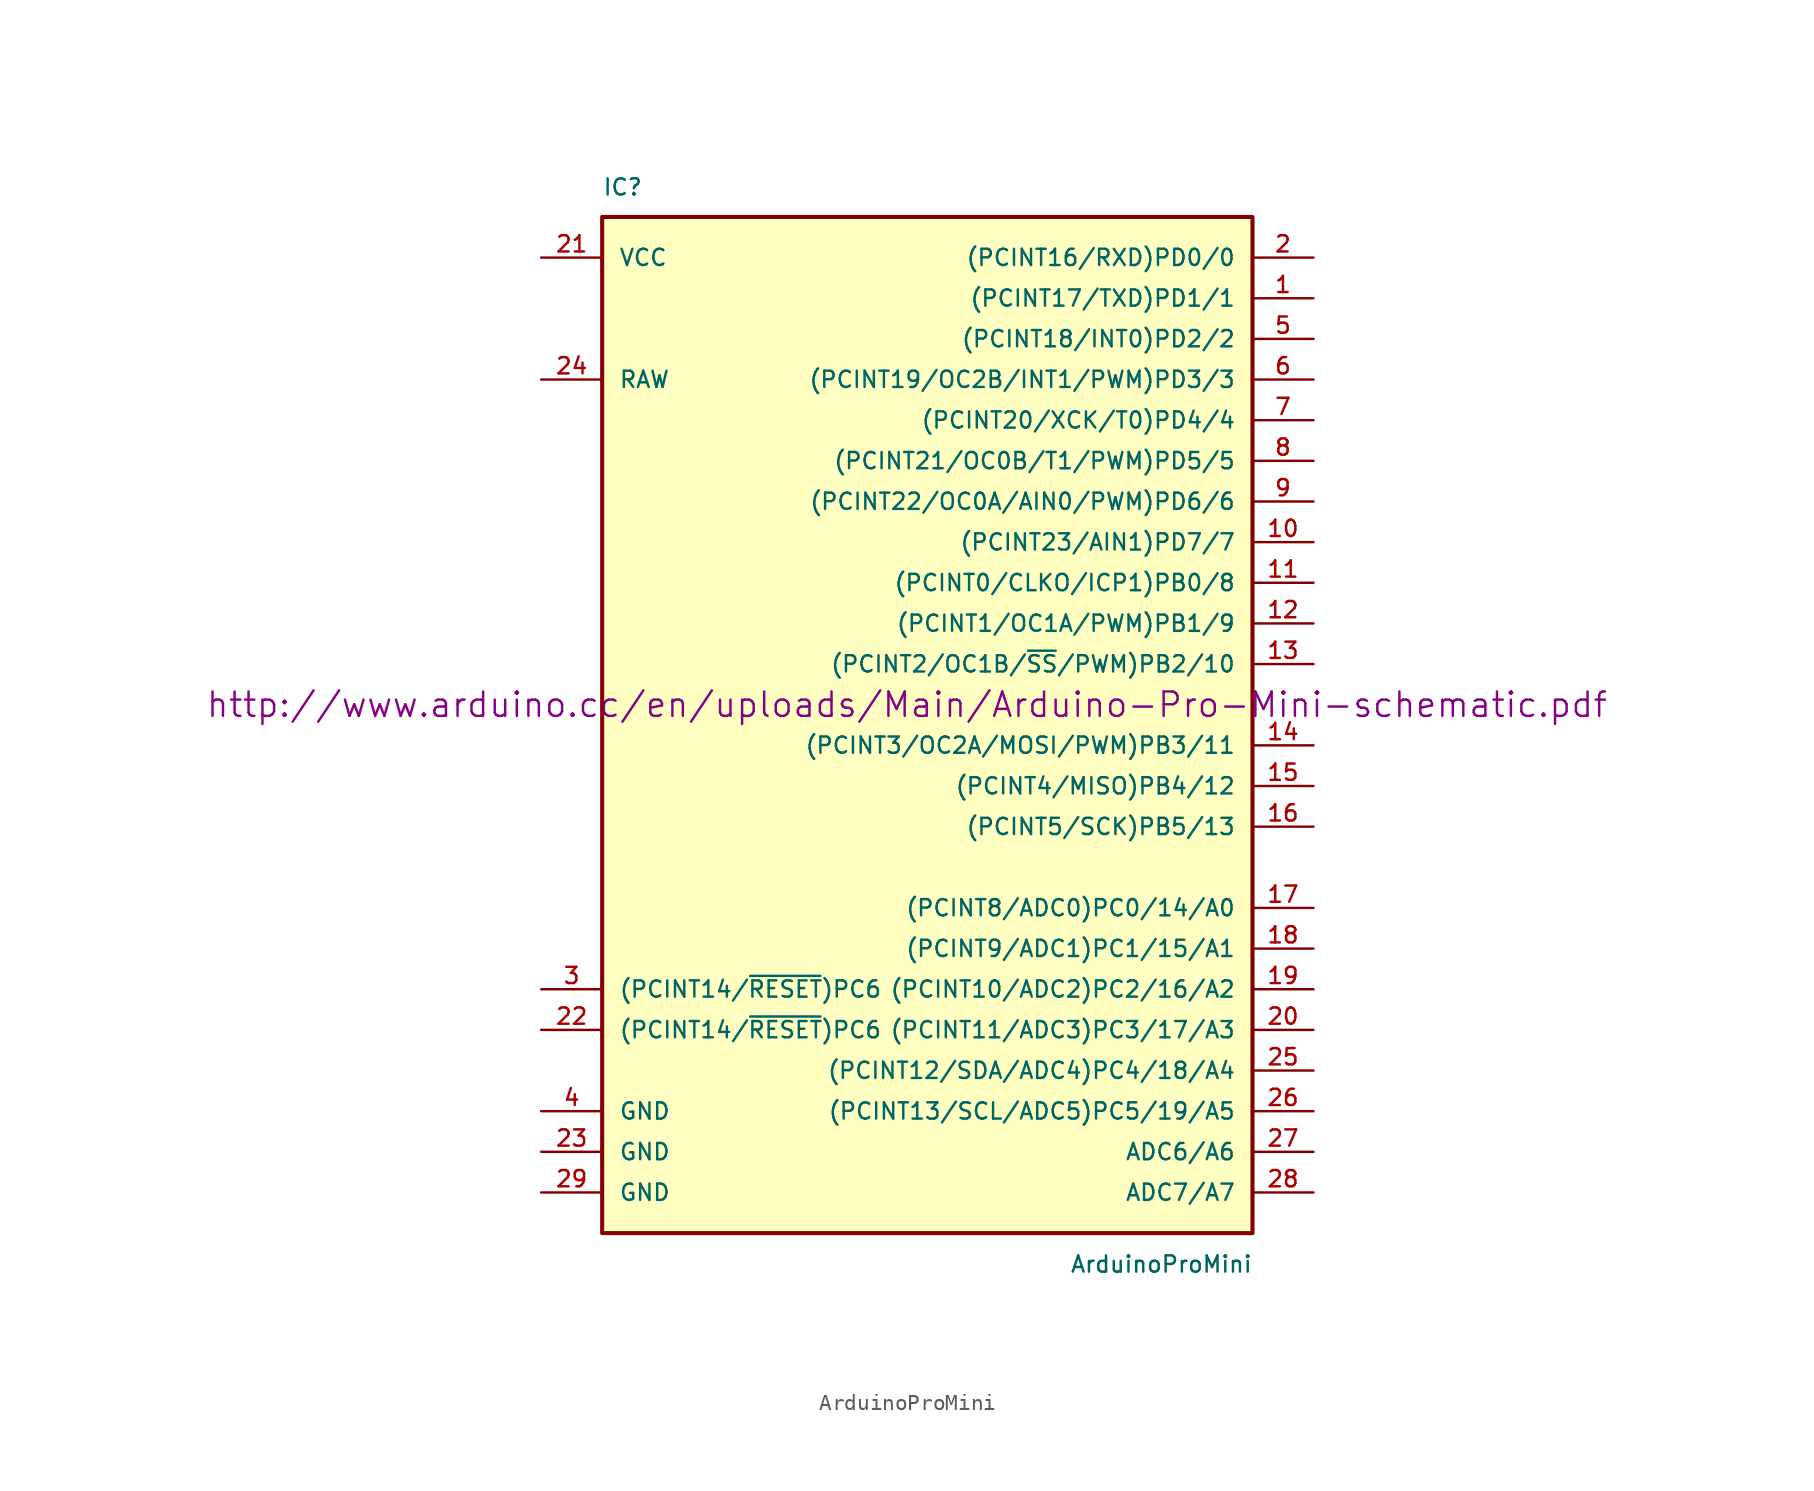
<source format=kicad_sym>
(kicad_symbol_lib
  (version 20211014)
  (generator kicad_symbol_editor)
  (symbol "ArduinoProMini"
    (pin_names
      (offset 1.016))
    (property "Reference" "IC"
      (at -19.05 31.75 0)
      (effects (font (size 1.016 1.016)) (justify left bottom)))
    (property "Value" "ArduinoProMini"
      (at 10.16 -35.56 0)
      (effects (font (size 1.016 1.016)) (justify left bottom)))
    (property "Datasheet" "http://www.arduino.cc/en/uploads/Main/Arduino-Pro-Mini-schematic.pdf"
      (at 0 0 0)
      (effects (font (size 1.524 1.524))))
    (symbol "ArduinoProMini_0_1"
      (rectangle (start -19.05 30.48) (end 21.59 -33.02) (stroke (width 0.254) (type default) (color 0 0 0 0)) (fill (type background))))
    (symbol "ArduinoProMini_1_1"
      (pin bidirectional line (at 25.4 25.4 180) (length 3.81) (name "(PCINT17/TXD)PD1/1" (effects (font (size 1.016 1.016)))) (number "1" (effects (font (size 1.016 1.016)))))
      (pin bidirectional line (at 25.4 10.16 180) (length 3.81) (name "(PCINT23/AIN1)PD7/7" (effects (font (size 1.016 1.016)))) (number "10" (effects (font (size 1.016 1.016)))))
      (pin bidirectional line (at 25.4 7.62 180) (length 3.81) (name "(PCINT0/CLKO/ICP1)PB0/8" (effects (font (size 1.016 1.016)))) (number "11" (effects (font (size 1.016 1.016)))))
      (pin bidirectional line (at 25.4 5.08 180) (length 3.81) (name "(PCINT1/OC1A/PWM)PB1/9" (effects (font (size 1.016 1.016)))) (number "12" (effects (font (size 1.016 1.016)))))
      (pin bidirectional line (at 25.4 2.54 180) (length 3.81) (name "(PCINT2/OC1B/~{SS}/PWM)PB2/10" (effects (font (size 1.016 1.016)))) (number "13" (effects (font (size 1.016 1.016)))))
      (pin bidirectional line (at 25.4 -2.54 180) (length 3.81) (name "(PCINT3/OC2A/MOSI/PWM)PB3/11" (effects (font (size 1.016 1.016)))) (number "14" (effects (font (size 1.016 1.016)))))
      (pin bidirectional line (at 25.4 -5.08 180) (length 3.81) (name "(PCINT4/MISO)PB4/12" (effects (font (size 1.016 1.016)))) (number "15" (effects (font (size 1.016 1.016)))))
      (pin bidirectional line (at 25.4 -7.62 180) (length 3.81) (name "(PCINT5/SCK)PB5/13" (effects (font (size 1.016 1.016)))) (number "16" (effects (font (size 1.016 1.016)))))
      (pin bidirectional line (at 25.4 -12.7 180) (length 3.81) (name "(PCINT8/ADC0)PC0/14/A0" (effects (font (size 1.016 1.016)))) (number "17" (effects (font (size 1.016 1.016)))))
      (pin bidirectional line (at 25.4 -15.24 180) (length 3.81) (name "(PCINT9/ADC1)PC1/15/A1" (effects (font (size 1.016 1.016)))) (number "18" (effects (font (size 1.016 1.016)))))
      (pin bidirectional line (at 25.4 -17.78 180) (length 3.81) (name "(PCINT10/ADC2)PC2/16/A2" (effects (font (size 1.016 1.016)))) (number "19" (effects (font (size 1.016 1.016)))))
      (pin bidirectional line (at 25.4 27.94 180) (length 3.81) (name "(PCINT16/RXD)PD0/0" (effects (font (size 1.016 1.016)))) (number "2" (effects (font (size 1.016 1.016)))))
      (pin bidirectional line (at 25.4 -20.32 180) (length 3.81) (name "(PCINT11/ADC3)PC3/17/A3" (effects (font (size 1.016 1.016)))) (number "20" (effects (font (size 1.016 1.016)))))
      (pin power_in line (at -22.86 27.94 0) (length 3.81) (name "VCC" (effects (font (size 1.016 1.016)))) (number "21" (effects (font (size 1.016 1.016)))))
      (pin bidirectional line (at -22.86 -20.32 0) (length 3.81) (name "(PCINT14/~{RESET})PC6" (effects (font (size 1.016 1.016)))) (number "22" (effects (font (size 1.016 1.016)))))
      (pin power_in line (at -22.86 -27.94 0) (length 3.81) (name "GND" (effects (font (size 1.016 1.016)))) (number "23" (effects (font (size 1.016 1.016)))))
      (pin power_in line (at -22.86 20.32 0) (length 3.81) (name "RAW" (effects (font (size 1.016 1.016)))) (number "24" (effects (font (size 1.016 1.016)))))
      (pin bidirectional line (at 25.4 -22.86 180) (length 3.81) (name "(PCINT12/SDA/ADC4)PC4/18/A4" (effects (font (size 1.016 1.016)))) (number "25" (effects (font (size 1.016 1.016)))))
      (pin bidirectional line (at 25.4 -25.4 180) (length 3.81) (name "(PCINT13/SCL/ADC5)PC5/19/A5" (effects (font (size 1.016 1.016)))) (number "26" (effects (font (size 1.016 1.016)))))
      (pin input line (at 25.4 -27.94 180) (length 3.81) (name "ADC6/A6" (effects (font (size 1.016 1.016)))) (number "27" (effects (font (size 1.016 1.016)))))
      (pin input line (at 25.4 -30.48 180) (length 3.81) (name "ADC7/A7" (effects (font (size 1.016 1.016)))) (number "28" (effects (font (size 1.016 1.016)))))
      (pin power_in line (at -22.86 -30.48 0) (length 3.81) (name "GND" (effects (font (size 1.016 1.016)))) (number "29" (effects (font (size 1.016 1.016)))))
      (pin bidirectional line (at -22.86 -17.78 0) (length 3.81) (name "(PCINT14/~{RESET})PC6" (effects (font (size 1.016 1.016)))) (number "3" (effects (font (size 1.016 1.016)))))
      (pin power_in line (at -22.86 -25.4 0) (length 3.81) (name "GND" (effects (font (size 1.016 1.016)))) (number "4" (effects (font (size 1.016 1.016)))))
      (pin bidirectional line (at 25.4 22.86 180) (length 3.81) (name "(PCINT18/INT0)PD2/2" (effects (font (size 1.016 1.016)))) (number "5" (effects (font (size 1.016 1.016)))))
      (pin bidirectional line (at 25.4 20.32 180) (length 3.81) (name "(PCINT19/OC2B/INT1/PWM)PD3/3" (effects (font (size 1.016 1.016)))) (number "6" (effects (font (size 1.016 1.016)))))
      (pin bidirectional line (at 25.4 17.78 180) (length 3.81) (name "(PCINT20/XCK/T0)PD4/4" (effects (font (size 1.016 1.016)))) (number "7" (effects (font (size 1.016 1.016)))))
      (pin bidirectional line (at 25.4 15.24 180) (length 3.81) (name "(PCINT21/OC0B/T1/PWM)PD5/5" (effects (font (size 1.016 1.016)))) (number "8" (effects (font (size 1.016 1.016)))))
      (pin bidirectional line (at 25.4 12.7 180) (length 3.81) (name "(PCINT22/OC0A/AIN0/PWM)PD6/6" (effects (font (size 1.016 1.016)))) (number "9" (effects (font (size 1.016 1.016))))))))
</source>
